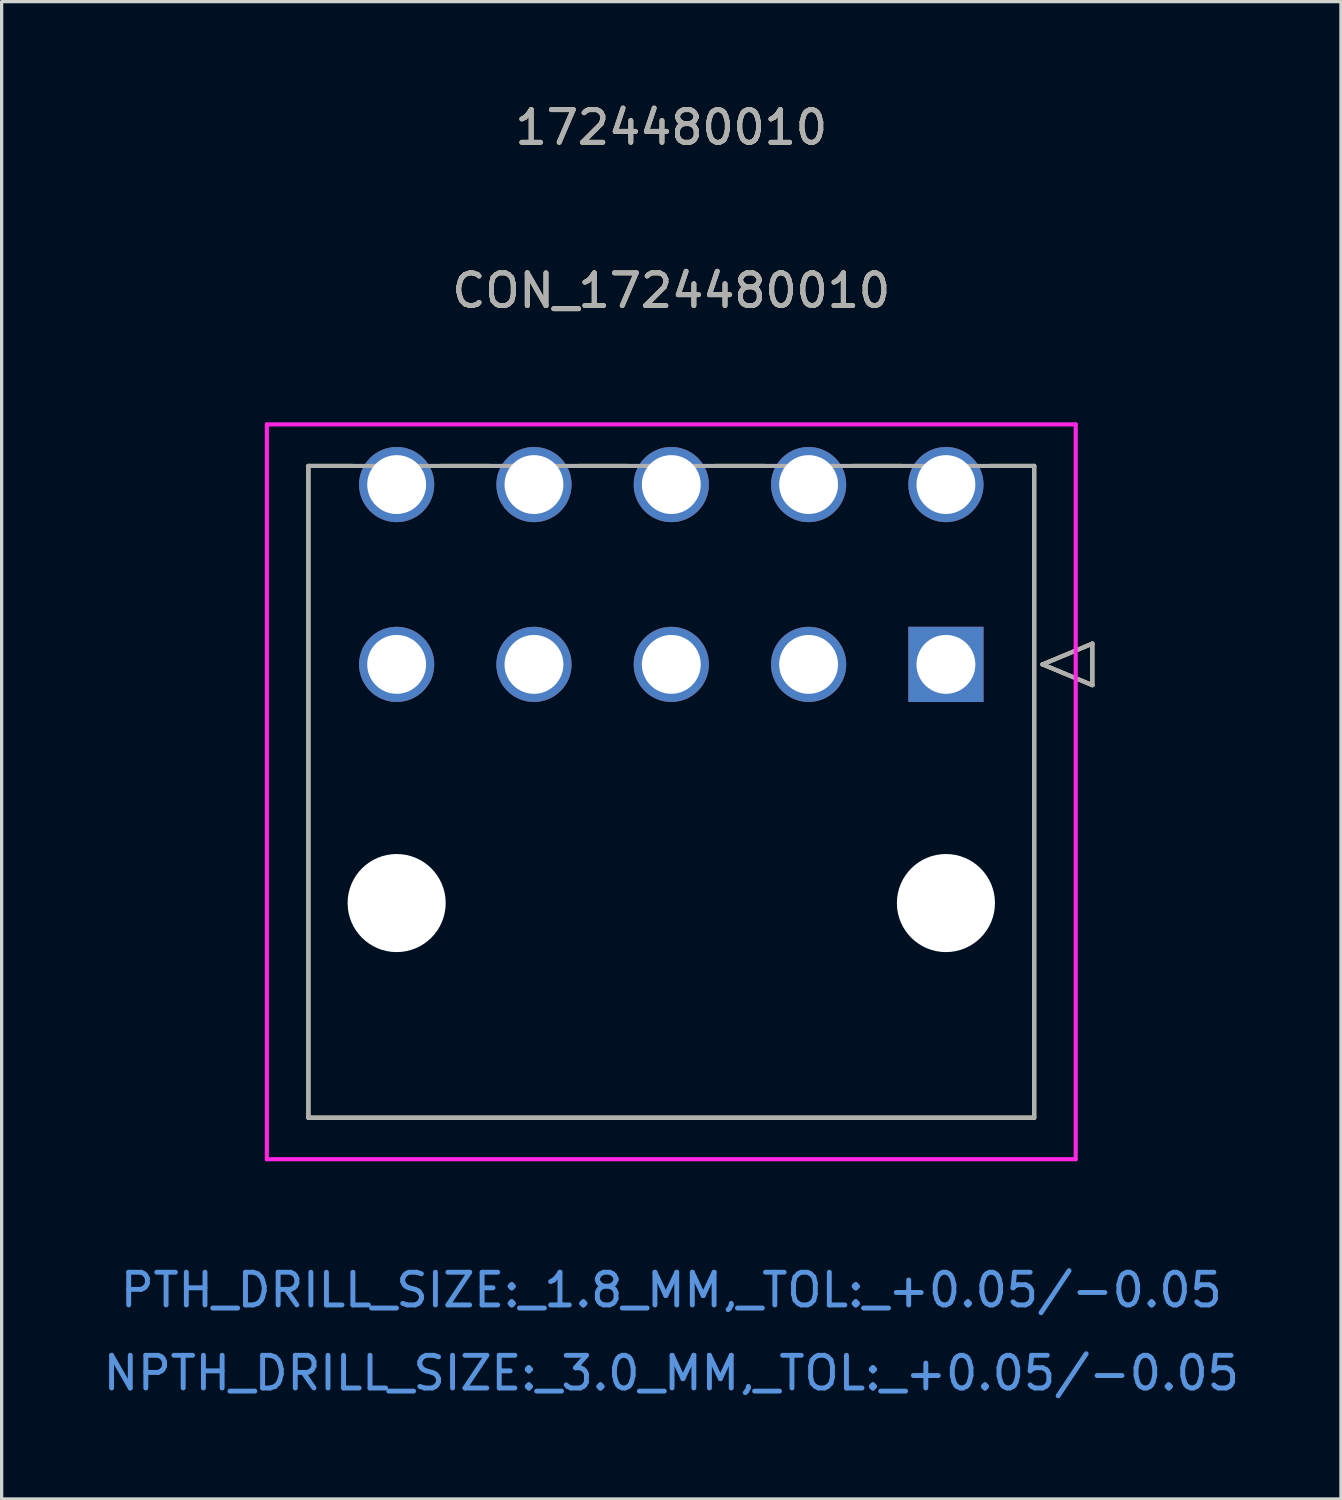
<source format=kicad_pcb>
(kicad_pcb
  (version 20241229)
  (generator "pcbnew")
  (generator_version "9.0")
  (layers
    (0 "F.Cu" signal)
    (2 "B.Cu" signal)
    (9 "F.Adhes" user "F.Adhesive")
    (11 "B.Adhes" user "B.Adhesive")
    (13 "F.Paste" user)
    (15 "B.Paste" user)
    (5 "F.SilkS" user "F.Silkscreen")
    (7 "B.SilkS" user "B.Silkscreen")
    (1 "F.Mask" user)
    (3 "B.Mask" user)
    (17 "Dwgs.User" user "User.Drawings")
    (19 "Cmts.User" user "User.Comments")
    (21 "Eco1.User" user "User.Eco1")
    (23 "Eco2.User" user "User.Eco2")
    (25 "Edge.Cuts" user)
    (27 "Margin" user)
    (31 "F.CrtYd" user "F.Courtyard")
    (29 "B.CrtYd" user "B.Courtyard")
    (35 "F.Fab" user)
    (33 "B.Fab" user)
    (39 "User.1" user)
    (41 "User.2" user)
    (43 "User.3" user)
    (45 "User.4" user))
  (footprint "CON_1724480010"
    (layer "F.Cu")
    (at 25.882 17.271)
    (property "Reference" "CON_1724480010" (at -8.4 -11.43 0) (unlocked yes) (layer "F.SilkS") (effects (font (size 1 1) (thickness 0.15))))
    (attr through_hole)
    (fp_line (start -19.5 -6.07) (end -19.5 13.865) (stroke (width 0.127) (type solid)) (layer "F.SilkS"))
    (fp_line (start -19.5 13.865) (end 2.7 13.865) (stroke (width 0.127) (type solid)) (layer "F.SilkS"))
    (fp_line (start -18.152 -6.07) (end -19.5 -6.07) (stroke (width 0.127) (type solid)) (layer "F.SilkS"))
    (fp_line (start -13.952 -6.07) (end -15.448 -6.07) (stroke (width 0.127) (type solid)) (layer "F.SilkS"))
    (fp_line (start -9.752 -6.07) (end -11.248 -6.07) (stroke (width 0.127) (type solid)) (layer "F.SilkS"))
    (fp_line (start -5.552 -6.07) (end -7.048 -6.07) (stroke (width 0.127) (type solid)) (layer "F.SilkS"))
    (fp_line (start -1.352 -6.07) (end -2.848 -6.07) (stroke (width 0.127) (type solid)) (layer "F.SilkS"))
    (fp_line (start 2.7 -6.07) (end 1.352 -6.07) (stroke (width 0.127) (type solid)) (layer "F.SilkS"))
    (fp_line (start 2.7 13.865) (end 2.7 -6.07) (stroke (width 0.127) (type solid)) (layer "F.SilkS"))
    (fp_line (start 2.954 0) (end 4.478 -0.635) (stroke (width 0.127) (type solid)) (layer "F.SilkS"))
    (fp_line (start 4.478 -0.635) (end 4.478 0.635) (stroke (width 0.127) (type solid)) (layer "F.SilkS"))
    (fp_line (start 4.478 0.635) (end 2.954 0) (stroke (width 0.127) (type solid)) (layer "F.SilkS"))
    (fp_line (start -20.77 -7.34) (end -20.77 15.135) (stroke (width 0.127) (type solid)) (layer "F.CrtYd"))
    (fp_line (start -20.77 15.135) (end 3.97 15.135) (stroke (width 0.127) (type solid)) (layer "F.CrtYd"))
    (fp_line (start 3.97 -7.34) (end -20.77 -7.34) (stroke (width 0.127) (type solid)) (layer "F.CrtYd"))
    (fp_line (start 3.97 15.135) (end 3.97 -7.34) (stroke (width 0.127) (type solid)) (layer "F.CrtYd"))
    (fp_line (start -19.5 -6.07) (end -19.5 13.865) (stroke (width 0.127) (type solid)) (layer "F.Fab"))
    (fp_line (start -19.5 13.865) (end 2.7 13.865) (stroke (width 0.127) (type solid)) (layer "F.Fab"))
    (fp_line (start 2.7 -6.07) (end -19.5 -6.07) (stroke (width 0.127) (type solid)) (layer "F.Fab"))
    (fp_line (start 2.7 13.865) (end 2.7 -6.07) (stroke (width 0.127) (type solid)) (layer "F.Fab"))
    (fp_line (start 2.954 0) (end 4.478 -0.635) (stroke (width 0.127) (type solid)) (layer "F.Fab"))
    (fp_line (start 4.478 -0.635) (end 4.478 0.635) (stroke (width 0.127) (type solid)) (layer "F.Fab"))
    (fp_line (start 4.478 0.635) (end 2.954 0) (stroke (width 0.127) (type solid)) (layer "F.Fab"))
    (fp_text user "1724480010" (at -8.4 -16.423 0) (unlocked yes) (layer "F.SilkS") (effects (font (size 1 1) (thickness 0.15))))
    (fp_text user "NPTH_DRILL_SIZE:_3.0_MM,_TOL:_+0.05/-0.05" (at -8.4 21.677 0) (unlocked yes) (layer "Cmts.User") (effects (font (size 1 1) (thickness 0.15))))
    (fp_text user "PTH_DRILL_SIZE:_1.8_MM,_TOL:_+0.05/-0.05" (at -8.4 19.137 0) (unlocked yes) (layer "Cmts.User") (effects (font (size 1 1) (thickness 0.15))))
    (fp_text user "${REFERENCE}" (at -8.4 -11.43 0) (unlocked yes) (layer "F.Fab") (effects (font (size 1 1) (thickness 0.15))))
    (fp_text user "1724480010" (at -8.4 -16.423 0) (unlocked yes) (layer "F.Fab") (effects (font (size 1 1) (thickness 0.15))))
    (pad "" np_thru_hole circle (at -16.8 7.3) (size 3 3) (drill 3) (layers "*.Cu" "*.Mask"))
    (pad "" np_thru_hole circle (at 0 7.3) (size 3 3) (drill 3) (layers "*.Cu" "*.Mask"))
    (pad "1" thru_hole rect (at 0 0) (size 2.3 2.3) (drill 1.8) (layers "*.Cu" "*.Mask"))
    (pad "2" thru_hole circle (at -4.2 0) (size 2.3 2.3) (drill 1.8) (layers "*.Cu" "*.Mask"))
    (pad "3" thru_hole circle (at -8.4 0) (size 2.3 2.3) (drill 1.8) (layers "*.Cu" "*.Mask"))
    (pad "4" thru_hole circle (at -12.6 0) (size 2.3 2.3) (drill 1.8) (layers "*.Cu" "*.Mask"))
    (pad "5" thru_hole circle (at -16.8 0) (size 2.3 2.3) (drill 1.8) (layers "*.Cu" "*.Mask"))
    (pad "6" thru_hole circle (at 0 -5.5) (size 2.3 2.3) (drill 1.8) (layers "*.Cu" "*.Mask"))
    (pad "7" thru_hole circle (at -4.2 -5.5) (size 2.3 2.3) (drill 1.8) (layers "*.Cu" "*.Mask"))
    (pad "8" thru_hole circle (at -8.4 -5.5) (size 2.3 2.3) (drill 1.8) (layers "*.Cu" "*.Mask"))
    (pad "9" thru_hole circle (at -12.6 -5.5) (size 2.3 2.3) (drill 1.8) (layers "*.Cu" "*.Mask"))
    (pad "10" thru_hole circle (at -16.8 -5.5) (size 2.3 2.3) (drill 1.8) (layers "*.Cu" "*.Mask")))
  (gr_rect
    (start -3 -3)
    (end 37.964 42.797)
    (stroke (width 0.1) (type default))
    (fill no)
    (layer "Edge.Cuts")))
</source>
